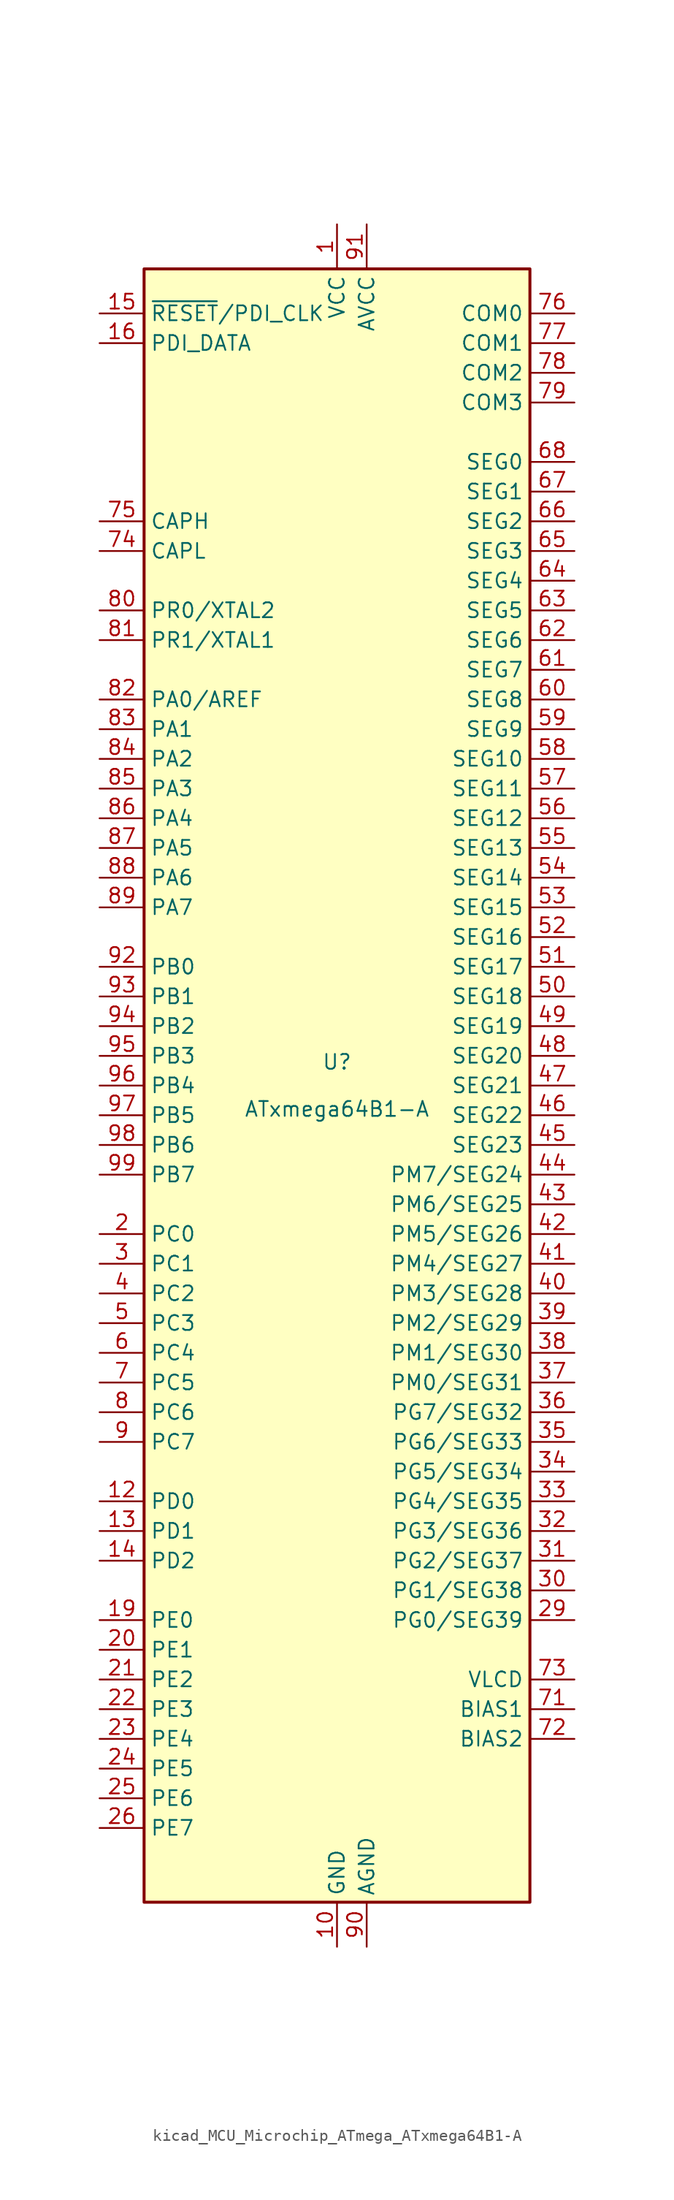
<source format=kicad_sym>
(kicad_symbol_lib
  (version 20220914)
  (generator kicad_symbol_editor)
  (symbol "kicad_MCU_Microchip_ATmega_ATxmega64B1-A"
    (property "Reference" "U"
      (at 0 1.27 0)
      (effects (font (size 1.27 1.27)) (justify bottom)))
    (property "Value" "ATxmega64B1-A"
      (at 0 -1.27 0)
      (effects (font (size 1.27 1.27)) (justify top)))
    (symbol "kicad_MCU_Microchip_ATmega_ATxmega64B1-A_0_1"
      (rectangle (start -16.51 -69.85) (end 16.51 69.85) (stroke (width 0.254) (type default)) (fill (type background))))
    (symbol "kicad_MCU_Microchip_ATmega_ATxmega64B1-A_1_1"
      (pin power_in line (at 0 73.66 270) (length 3.81) (name "VCC" (effects (font (size 1.27 1.27)))) (number "1" (effects (font (size 1.27 1.27)))))
      (pin power_in line (at 0 -73.66 90) (length 3.81) (name "GND" (effects (font (size 1.27 1.27)))) (number "10" (effects (font (size 1.27 1.27)))))
      (pin passive line (at 0 -73.66 90) (length 3.81) hide (name "GND" (effects (font (size 1.27 1.27)))) (number "100" (effects (font (size 1.27 1.27)))))
      (pin passive line (at 0 73.66 270) (length 3.81) hide (name "VCC" (effects (font (size 1.27 1.27)))) (number "11" (effects (font (size 1.27 1.27)))))
      (pin bidirectional line (at -20.32 -35.56 0) (length 3.81) (name "PD0" (effects (font (size 1.27 1.27)))) (number "12" (effects (font (size 1.27 1.27)))))
      (pin bidirectional line (at -20.32 -38.1 0) (length 3.81) (name "PD1" (effects (font (size 1.27 1.27)))) (number "13" (effects (font (size 1.27 1.27)))))
      (pin bidirectional line (at -20.32 -40.64 0) (length 3.81) (name "PD2" (effects (font (size 1.27 1.27)))) (number "14" (effects (font (size 1.27 1.27)))))
      (pin input line (at -20.32 66.04 0) (length 3.81) (name "~{RESET}/PDI_CLK" (effects (font (size 1.27 1.27)))) (number "15" (effects (font (size 1.27 1.27)))))
      (pin bidirectional line (at -20.32 63.5 0) (length 3.81) (name "PDI_DATA" (effects (font (size 1.27 1.27)))) (number "16" (effects (font (size 1.27 1.27)))))
      (pin passive line (at 0 -73.66 90) (length 3.81) hide (name "GND" (effects (font (size 1.27 1.27)))) (number "17" (effects (font (size 1.27 1.27)))))
      (pin passive line (at 0 73.66 270) (length 3.81) hide (name "VCC" (effects (font (size 1.27 1.27)))) (number "18" (effects (font (size 1.27 1.27)))))
      (pin bidirectional line (at -20.32 -45.72 0) (length 3.81) (name "PE0" (effects (font (size 1.27 1.27)))) (number "19" (effects (font (size 1.27 1.27)))))
      (pin bidirectional line (at -20.32 -12.7 0) (length 3.81) (name "PC0" (effects (font (size 1.27 1.27)))) (number "2" (effects (font (size 1.27 1.27)))))
      (pin bidirectional line (at -20.32 -48.26 0) (length 3.81) (name "PE1" (effects (font (size 1.27 1.27)))) (number "20" (effects (font (size 1.27 1.27)))))
      (pin bidirectional line (at -20.32 -50.8 0) (length 3.81) (name "PE2" (effects (font (size 1.27 1.27)))) (number "21" (effects (font (size 1.27 1.27)))))
      (pin bidirectional line (at -20.32 -53.34 0) (length 3.81) (name "PE3" (effects (font (size 1.27 1.27)))) (number "22" (effects (font (size 1.27 1.27)))))
      (pin bidirectional line (at -20.32 -55.88 0) (length 3.81) (name "PE4" (effects (font (size 1.27 1.27)))) (number "23" (effects (font (size 1.27 1.27)))))
      (pin bidirectional line (at -20.32 -58.42 0) (length 3.81) (name "PE5" (effects (font (size 1.27 1.27)))) (number "24" (effects (font (size 1.27 1.27)))))
      (pin bidirectional line (at -20.32 -60.96 0) (length 3.81) (name "PE6" (effects (font (size 1.27 1.27)))) (number "25" (effects (font (size 1.27 1.27)))))
      (pin bidirectional line (at -20.32 -63.5 0) (length 3.81) (name "PE7" (effects (font (size 1.27 1.27)))) (number "26" (effects (font (size 1.27 1.27)))))
      (pin passive line (at 0 -73.66 90) (length 3.81) hide (name "GND" (effects (font (size 1.27 1.27)))) (number "27" (effects (font (size 1.27 1.27)))))
      (pin passive line (at 0 73.66 270) (length 3.81) hide (name "VCC" (effects (font (size 1.27 1.27)))) (number "28" (effects (font (size 1.27 1.27)))))
      (pin bidirectional line (at 20.32 -45.72 180) (length 3.81) (name "PG0/SEG39" (effects (font (size 1.27 1.27)))) (number "29" (effects (font (size 1.27 1.27)))))
      (pin bidirectional line (at -20.32 -15.24 0) (length 3.81) (name "PC1" (effects (font (size 1.27 1.27)))) (number "3" (effects (font (size 1.27 1.27)))))
      (pin bidirectional line (at 20.32 -43.18 180) (length 3.81) (name "PG1/SEG38" (effects (font (size 1.27 1.27)))) (number "30" (effects (font (size 1.27 1.27)))))
      (pin bidirectional line (at 20.32 -40.64 180) (length 3.81) (name "PG2/SEG37" (effects (font (size 1.27 1.27)))) (number "31" (effects (font (size 1.27 1.27)))))
      (pin bidirectional line (at 20.32 -38.1 180) (length 3.81) (name "PG3/SEG36" (effects (font (size 1.27 1.27)))) (number "32" (effects (font (size 1.27 1.27)))))
      (pin bidirectional line (at 20.32 -35.56 180) (length 3.81) (name "PG4/SEG35" (effects (font (size 1.27 1.27)))) (number "33" (effects (font (size 1.27 1.27)))))
      (pin bidirectional line (at 20.32 -33.02 180) (length 3.81) (name "PG5/SEG34" (effects (font (size 1.27 1.27)))) (number "34" (effects (font (size 1.27 1.27)))))
      (pin bidirectional line (at 20.32 -30.48 180) (length 3.81) (name "PG6/SEG33" (effects (font (size 1.27 1.27)))) (number "35" (effects (font (size 1.27 1.27)))))
      (pin bidirectional line (at 20.32 -27.94 180) (length 3.81) (name "PG7/SEG32" (effects (font (size 1.27 1.27)))) (number "36" (effects (font (size 1.27 1.27)))))
      (pin bidirectional line (at 20.32 -25.4 180) (length 3.81) (name "PM0/SEG31" (effects (font (size 1.27 1.27)))) (number "37" (effects (font (size 1.27 1.27)))))
      (pin bidirectional line (at 20.32 -22.86 180) (length 3.81) (name "PM1/SEG30" (effects (font (size 1.27 1.27)))) (number "38" (effects (font (size 1.27 1.27)))))
      (pin bidirectional line (at 20.32 -20.32 180) (length 3.81) (name "PM2/SEG29" (effects (font (size 1.27 1.27)))) (number "39" (effects (font (size 1.27 1.27)))))
      (pin bidirectional line (at -20.32 -17.78 0) (length 3.81) (name "PC2" (effects (font (size 1.27 1.27)))) (number "4" (effects (font (size 1.27 1.27)))))
      (pin bidirectional line (at 20.32 -17.78 180) (length 3.81) (name "PM3/SEG28" (effects (font (size 1.27 1.27)))) (number "40" (effects (font (size 1.27 1.27)))))
      (pin bidirectional line (at 20.32 -15.24 180) (length 3.81) (name "PM4/SEG27" (effects (font (size 1.27 1.27)))) (number "41" (effects (font (size 1.27 1.27)))))
      (pin bidirectional line (at 20.32 -12.7 180) (length 3.81) (name "PM5/SEG26" (effects (font (size 1.27 1.27)))) (number "42" (effects (font (size 1.27 1.27)))))
      (pin bidirectional line (at 20.32 -10.16 180) (length 3.81) (name "PM6/SEG25" (effects (font (size 1.27 1.27)))) (number "43" (effects (font (size 1.27 1.27)))))
      (pin bidirectional line (at 20.32 -7.62 180) (length 3.81) (name "PM7/SEG24" (effects (font (size 1.27 1.27)))) (number "44" (effects (font (size 1.27 1.27)))))
      (pin output line (at 20.32 -5.08 180) (length 3.81) (name "SEG23" (effects (font (size 1.27 1.27)))) (number "45" (effects (font (size 1.27 1.27)))))
      (pin output line (at 20.32 -2.54 180) (length 3.81) (name "SEG22" (effects (font (size 1.27 1.27)))) (number "46" (effects (font (size 1.27 1.27)))))
      (pin output line (at 20.32 0 180) (length 3.81) (name "SEG21" (effects (font (size 1.27 1.27)))) (number "47" (effects (font (size 1.27 1.27)))))
      (pin output line (at 20.32 2.54 180) (length 3.81) (name "SEG20" (effects (font (size 1.27 1.27)))) (number "48" (effects (font (size 1.27 1.27)))))
      (pin output line (at 20.32 5.08 180) (length 3.81) (name "SEG19" (effects (font (size 1.27 1.27)))) (number "49" (effects (font (size 1.27 1.27)))))
      (pin bidirectional line (at -20.32 -20.32 0) (length 3.81) (name "PC3" (effects (font (size 1.27 1.27)))) (number "5" (effects (font (size 1.27 1.27)))))
      (pin output line (at 20.32 7.62 180) (length 3.81) (name "SEG18" (effects (font (size 1.27 1.27)))) (number "50" (effects (font (size 1.27 1.27)))))
      (pin output line (at 20.32 10.16 180) (length 3.81) (name "SEG17" (effects (font (size 1.27 1.27)))) (number "51" (effects (font (size 1.27 1.27)))))
      (pin output line (at 20.32 12.7 180) (length 3.81) (name "SEG16" (effects (font (size 1.27 1.27)))) (number "52" (effects (font (size 1.27 1.27)))))
      (pin output line (at 20.32 15.24 180) (length 3.81) (name "SEG15" (effects (font (size 1.27 1.27)))) (number "53" (effects (font (size 1.27 1.27)))))
      (pin output line (at 20.32 17.78 180) (length 3.81) (name "SEG14" (effects (font (size 1.27 1.27)))) (number "54" (effects (font (size 1.27 1.27)))))
      (pin output line (at 20.32 20.32 180) (length 3.81) (name "SEG13" (effects (font (size 1.27 1.27)))) (number "55" (effects (font (size 1.27 1.27)))))
      (pin output line (at 20.32 22.86 180) (length 3.81) (name "SEG12" (effects (font (size 1.27 1.27)))) (number "56" (effects (font (size 1.27 1.27)))))
      (pin output line (at 20.32 25.4 180) (length 3.81) (name "SEG11" (effects (font (size 1.27 1.27)))) (number "57" (effects (font (size 1.27 1.27)))))
      (pin output line (at 20.32 27.94 180) (length 3.81) (name "SEG10" (effects (font (size 1.27 1.27)))) (number "58" (effects (font (size 1.27 1.27)))))
      (pin output line (at 20.32 30.48 180) (length 3.81) (name "SEG9" (effects (font (size 1.27 1.27)))) (number "59" (effects (font (size 1.27 1.27)))))
      (pin bidirectional line (at -20.32 -22.86 0) (length 3.81) (name "PC4" (effects (font (size 1.27 1.27)))) (number "6" (effects (font (size 1.27 1.27)))))
      (pin output line (at 20.32 33.02 180) (length 3.81) (name "SEG8" (effects (font (size 1.27 1.27)))) (number "60" (effects (font (size 1.27 1.27)))))
      (pin output line (at 20.32 35.56 180) (length 3.81) (name "SEG7" (effects (font (size 1.27 1.27)))) (number "61" (effects (font (size 1.27 1.27)))))
      (pin output line (at 20.32 38.1 180) (length 3.81) (name "SEG6" (effects (font (size 1.27 1.27)))) (number "62" (effects (font (size 1.27 1.27)))))
      (pin output line (at 20.32 40.64 180) (length 3.81) (name "SEG5" (effects (font (size 1.27 1.27)))) (number "63" (effects (font (size 1.27 1.27)))))
      (pin output line (at 20.32 43.18 180) (length 3.81) (name "SEG4" (effects (font (size 1.27 1.27)))) (number "64" (effects (font (size 1.27 1.27)))))
      (pin output line (at 20.32 45.72 180) (length 3.81) (name "SEG3" (effects (font (size 1.27 1.27)))) (number "65" (effects (font (size 1.27 1.27)))))
      (pin output line (at 20.32 48.26 180) (length 3.81) (name "SEG2" (effects (font (size 1.27 1.27)))) (number "66" (effects (font (size 1.27 1.27)))))
      (pin output line (at 20.32 50.8 180) (length 3.81) (name "SEG1" (effects (font (size 1.27 1.27)))) (number "67" (effects (font (size 1.27 1.27)))))
      (pin output line (at 20.32 53.34 180) (length 3.81) (name "SEG0" (effects (font (size 1.27 1.27)))) (number "68" (effects (font (size 1.27 1.27)))))
      (pin passive line (at 0 -73.66 90) (length 3.81) hide (name "GND" (effects (font (size 1.27 1.27)))) (number "69" (effects (font (size 1.27 1.27)))))
      (pin bidirectional line (at -20.32 -25.4 0) (length 3.81) (name "PC5" (effects (font (size 1.27 1.27)))) (number "7" (effects (font (size 1.27 1.27)))))
      (pin passive line (at 0 73.66 270) (length 3.81) hide (name "VCC" (effects (font (size 1.27 1.27)))) (number "70" (effects (font (size 1.27 1.27)))))
      (pin power_out line (at 20.32 -53.34 180) (length 3.81) (name "BIAS1" (effects (font (size 1.27 1.27)))) (number "71" (effects (font (size 1.27 1.27)))))
      (pin power_out line (at 20.32 -55.88 180) (length 3.81) (name "BIAS2" (effects (font (size 1.27 1.27)))) (number "72" (effects (font (size 1.27 1.27)))))
      (pin power_out line (at 20.32 -50.8 180) (length 3.81) (name "VLCD" (effects (font (size 1.27 1.27)))) (number "73" (effects (font (size 1.27 1.27)))))
      (pin passive line (at -20.32 45.72 0) (length 3.81) (name "CAPL" (effects (font (size 1.27 1.27)))) (number "74" (effects (font (size 1.27 1.27)))))
      (pin passive line (at -20.32 48.26 0) (length 3.81) (name "CAPH" (effects (font (size 1.27 1.27)))) (number "75" (effects (font (size 1.27 1.27)))))
      (pin output line (at 20.32 66.04 180) (length 3.81) (name "COM0" (effects (font (size 1.27 1.27)))) (number "76" (effects (font (size 1.27 1.27)))))
      (pin output line (at 20.32 63.5 180) (length 3.81) (name "COM1" (effects (font (size 1.27 1.27)))) (number "77" (effects (font (size 1.27 1.27)))))
      (pin output line (at 20.32 60.96 180) (length 3.81) (name "COM2" (effects (font (size 1.27 1.27)))) (number "78" (effects (font (size 1.27 1.27)))))
      (pin output line (at 20.32 58.42 180) (length 3.81) (name "COM3" (effects (font (size 1.27 1.27)))) (number "79" (effects (font (size 1.27 1.27)))))
      (pin bidirectional line (at -20.32 -27.94 0) (length 3.81) (name "PC6" (effects (font (size 1.27 1.27)))) (number "8" (effects (font (size 1.27 1.27)))))
      (pin bidirectional line (at -20.32 40.64 0) (length 3.81) (name "PR0/XTAL2" (effects (font (size 1.27 1.27)))) (number "80" (effects (font (size 1.27 1.27)))))
      (pin bidirectional line (at -20.32 38.1 0) (length 3.81) (name "PR1/XTAL1" (effects (font (size 1.27 1.27)))) (number "81" (effects (font (size 1.27 1.27)))))
      (pin bidirectional line (at -20.32 33.02 0) (length 3.81) (name "PA0/AREF" (effects (font (size 1.27 1.27)))) (number "82" (effects (font (size 1.27 1.27)))))
      (pin bidirectional line (at -20.32 30.48 0) (length 3.81) (name "PA1" (effects (font (size 1.27 1.27)))) (number "83" (effects (font (size 1.27 1.27)))))
      (pin bidirectional line (at -20.32 27.94 0) (length 3.81) (name "PA2" (effects (font (size 1.27 1.27)))) (number "84" (effects (font (size 1.27 1.27)))))
      (pin bidirectional line (at -20.32 25.4 0) (length 3.81) (name "PA3" (effects (font (size 1.27 1.27)))) (number "85" (effects (font (size 1.27 1.27)))))
      (pin bidirectional line (at -20.32 22.86 0) (length 3.81) (name "PA4" (effects (font (size 1.27 1.27)))) (number "86" (effects (font (size 1.27 1.27)))))
      (pin bidirectional line (at -20.32 20.32 0) (length 3.81) (name "PA5" (effects (font (size 1.27 1.27)))) (number "87" (effects (font (size 1.27 1.27)))))
      (pin bidirectional line (at -20.32 17.78 0) (length 3.81) (name "PA6" (effects (font (size 1.27 1.27)))) (number "88" (effects (font (size 1.27 1.27)))))
      (pin bidirectional line (at -20.32 15.24 0) (length 3.81) (name "PA7" (effects (font (size 1.27 1.27)))) (number "89" (effects (font (size 1.27 1.27)))))
      (pin bidirectional line (at -20.32 -30.48 0) (length 3.81) (name "PC7" (effects (font (size 1.27 1.27)))) (number "9" (effects (font (size 1.27 1.27)))))
      (pin power_in line (at 2.54 -73.66 90) (length 3.81) (name "AGND" (effects (font (size 1.27 1.27)))) (number "90" (effects (font (size 1.27 1.27)))))
      (pin power_in line (at 2.54 73.66 270) (length 3.81) (name "AVCC" (effects (font (size 1.27 1.27)))) (number "91" (effects (font (size 1.27 1.27)))))
      (pin bidirectional line (at -20.32 10.16 0) (length 3.81) (name "PB0" (effects (font (size 1.27 1.27)))) (number "92" (effects (font (size 1.27 1.27)))))
      (pin bidirectional line (at -20.32 7.62 0) (length 3.81) (name "PB1" (effects (font (size 1.27 1.27)))) (number "93" (effects (font (size 1.27 1.27)))))
      (pin bidirectional line (at -20.32 5.08 0) (length 3.81) (name "PB2" (effects (font (size 1.27 1.27)))) (number "94" (effects (font (size 1.27 1.27)))))
      (pin bidirectional line (at -20.32 2.54 0) (length 3.81) (name "PB3" (effects (font (size 1.27 1.27)))) (number "95" (effects (font (size 1.27 1.27)))))
      (pin bidirectional line (at -20.32 0 0) (length 3.81) (name "PB4" (effects (font (size 1.27 1.27)))) (number "96" (effects (font (size 1.27 1.27)))))
      (pin bidirectional line (at -20.32 -2.54 0) (length 3.81) (name "PB5" (effects (font (size 1.27 1.27)))) (number "97" (effects (font (size 1.27 1.27)))))
      (pin bidirectional line (at -20.32 -5.08 0) (length 3.81) (name "PB6" (effects (font (size 1.27 1.27)))) (number "98" (effects (font (size 1.27 1.27)))))
      (pin bidirectional line (at -20.32 -7.62 0) (length 3.81) (name "PB7" (effects (font (size 1.27 1.27)))) (number "99" (effects (font (size 1.27 1.27))))))))
</source>
